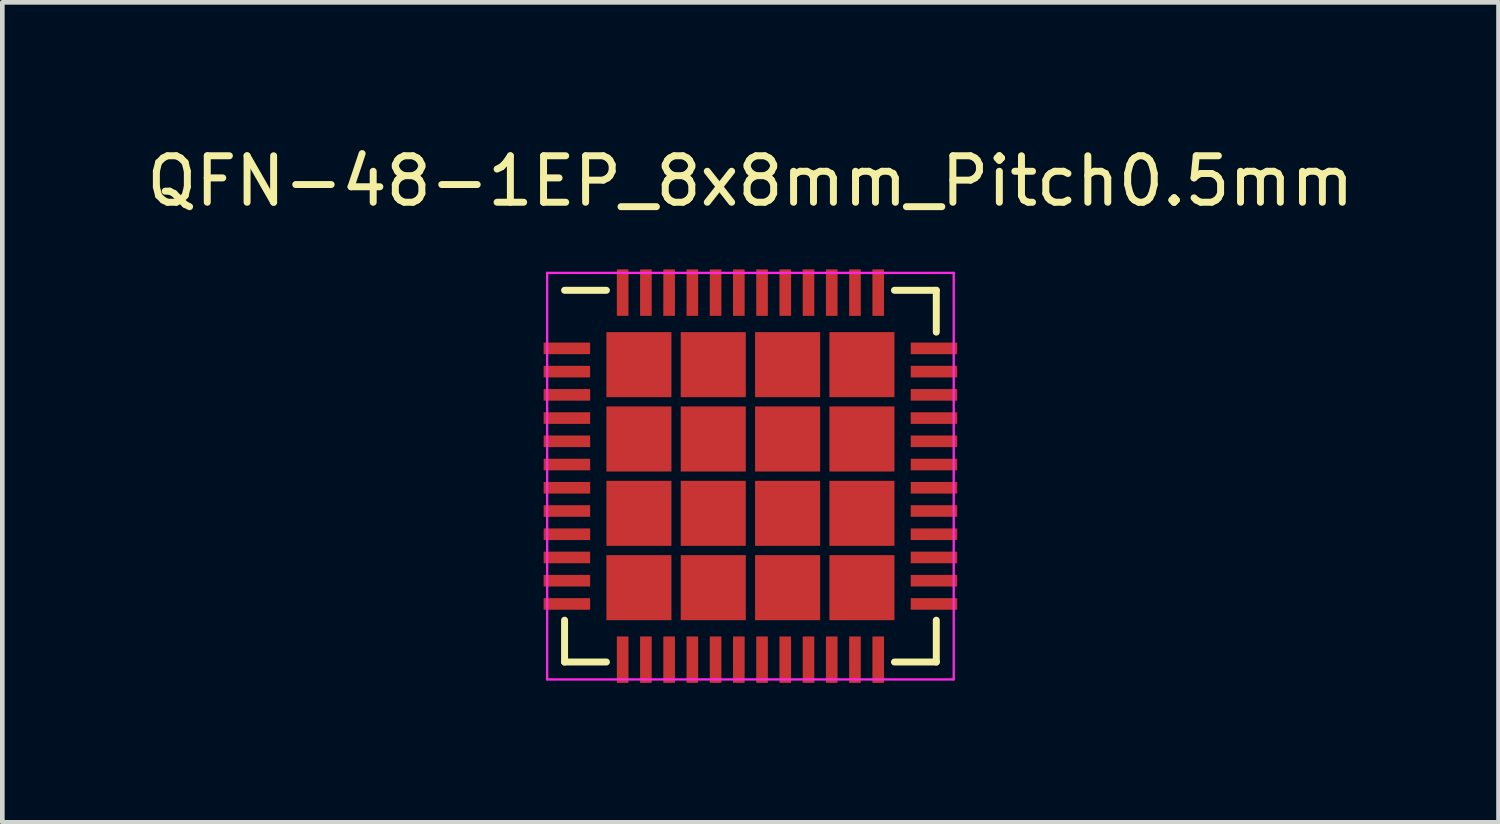
<source format=kicad_pcb>
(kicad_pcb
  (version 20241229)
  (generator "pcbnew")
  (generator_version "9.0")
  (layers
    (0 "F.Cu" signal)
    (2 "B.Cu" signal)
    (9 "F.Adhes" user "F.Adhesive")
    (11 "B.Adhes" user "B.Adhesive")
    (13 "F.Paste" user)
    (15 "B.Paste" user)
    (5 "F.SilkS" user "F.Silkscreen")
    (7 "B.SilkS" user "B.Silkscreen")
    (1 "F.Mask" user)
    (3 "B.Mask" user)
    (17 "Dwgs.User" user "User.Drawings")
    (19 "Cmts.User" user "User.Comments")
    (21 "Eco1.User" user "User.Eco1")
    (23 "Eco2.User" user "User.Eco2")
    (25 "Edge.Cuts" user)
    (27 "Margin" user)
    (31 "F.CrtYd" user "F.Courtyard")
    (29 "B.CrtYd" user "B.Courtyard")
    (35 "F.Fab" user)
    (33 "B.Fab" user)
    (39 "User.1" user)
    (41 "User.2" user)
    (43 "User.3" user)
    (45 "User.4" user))
  (footprint "QFN-48-1EP_8x8mm_Pitch0.5mm"
    (layer "F.Cu")
    (at 13.101 7.198)
    (property "Reference" "QFN-48-1EP_8x8mm_Pitch0.5mm" (at 0 -6.35 0) (layer "F.SilkS") (effects (font (size 1 1) (thickness 0.15))))
    (attr smd)
    (fp_line (start -4 -4) (end -3.1 -4) (stroke (width 0.15) (type solid)) (layer "F.SilkS"))
    (fp_line (start -4 4) (end -4 3.1) (stroke (width 0.15) (type solid)) (layer "F.SilkS"))
    (fp_line (start -4 4) (end -3.1 4) (stroke (width 0.15) (type solid)) (layer "F.SilkS"))
    (fp_line (start 4 -4) (end 3.1 -4) (stroke (width 0.15) (type solid)) (layer "F.SilkS"))
    (fp_line (start 4 -4) (end 4 -3.1) (stroke (width 0.15) (type solid)) (layer "F.SilkS"))
    (fp_line (start 4 4) (end 3.1 4) (stroke (width 0.15) (type solid)) (layer "F.SilkS"))
    (fp_line (start 4 4) (end 4 3.1) (stroke (width 0.15) (type solid)) (layer "F.SilkS"))
    (fp_line (start -4.375 -4.375) (end -4.375 4.375) (stroke (width 0.05) (type solid)) (layer "F.CrtYd"))
    (fp_line (start -4.375 -4.375) (end 4.375 -4.375) (stroke (width 0.05) (type solid)) (layer "F.CrtYd"))
    (fp_line (start -4.375 4.375) (end 4.375 4.375) (stroke (width 0.05) (type solid)) (layer "F.CrtYd"))
    (fp_line (start 4.375 -4.375) (end 4.375 4.375) (stroke (width 0.05) (type solid)) (layer "F.CrtYd"))
    (pad "1" smd rect (at -3.95 -2.75) (size 1 0.25) (layers "F.Cu" "F.Mask" "F.Paste"))
    (pad "2" smd rect (at -3.95 -2.25) (size 1 0.25) (layers "F.Cu" "F.Mask" "F.Paste"))
    (pad "3" smd rect (at -3.95 -1.75) (size 1 0.25) (layers "F.Cu" "F.Mask" "F.Paste"))
    (pad "4" smd rect (at -3.95 -1.25) (size 1 0.25) (layers "F.Cu" "F.Mask" "F.Paste"))
    (pad "5" smd rect (at -3.95 -0.75) (size 1 0.25) (layers "F.Cu" "F.Mask" "F.Paste"))
    (pad "6" smd rect (at -3.95 -0.25) (size 1 0.25) (layers "F.Cu" "F.Mask" "F.Paste"))
    (pad "7" smd rect (at -3.95 0.25) (size 1 0.25) (layers "F.Cu" "F.Mask" "F.Paste"))
    (pad "8" smd rect (at -3.95 0.75) (size 1 0.25) (layers "F.Cu" "F.Mask" "F.Paste"))
    (pad "9" smd rect (at -3.95 1.25) (size 1 0.25) (layers "F.Cu" "F.Mask" "F.Paste"))
    (pad "10" smd rect (at -3.95 1.75) (size 1 0.25) (layers "F.Cu" "F.Mask" "F.Paste"))
    (pad "11" smd rect (at -3.95 2.25) (size 1 0.25) (layers "F.Cu" "F.Mask" "F.Paste"))
    (pad "12" smd rect (at -3.95 2.75) (size 1 0.25) (layers "F.Cu" "F.Mask" "F.Paste"))
    (pad "13" smd rect (at -2.75 3.95 90) (size 1 0.25) (layers "F.Cu" "F.Mask" "F.Paste"))
    (pad "14" smd rect (at -2.25 3.95 90) (size 1 0.25) (layers "F.Cu" "F.Mask" "F.Paste"))
    (pad "15" smd rect (at -1.75 3.95 90) (size 1 0.25) (layers "F.Cu" "F.Mask" "F.Paste"))
    (pad "16" smd rect (at -1.25 3.95 90) (size 1 0.25) (layers "F.Cu" "F.Mask" "F.Paste"))
    (pad "17" smd rect (at -0.75 3.95 90) (size 1 0.25) (layers "F.Cu" "F.Mask" "F.Paste"))
    (pad "18" smd rect (at -0.25 3.95 90) (size 1 0.25) (layers "F.Cu" "F.Mask" "F.Paste"))
    (pad "19" smd rect (at 0.25 3.95 90) (size 1 0.25) (layers "F.Cu" "F.Mask" "F.Paste"))
    (pad "20" smd rect (at 0.75 3.95 90) (size 1 0.25) (layers "F.Cu" "F.Mask" "F.Paste"))
    (pad "21" smd rect (at 1.25 3.95 90) (size 1 0.25) (layers "F.Cu" "F.Mask" "F.Paste"))
    (pad "22" smd rect (at 1.75 3.95 90) (size 1 0.25) (layers "F.Cu" "F.Mask" "F.Paste"))
    (pad "23" smd rect (at 2.25 3.95 90) (size 1 0.25) (layers "F.Cu" "F.Mask" "F.Paste"))
    (pad "24" smd rect (at 2.75 3.95 90) (size 1 0.25) (layers "F.Cu" "F.Mask" "F.Paste"))
    (pad "25" smd rect (at 3.95 2.75) (size 1 0.25) (layers "F.Cu" "F.Mask" "F.Paste"))
    (pad "26" smd rect (at 3.95 2.25) (size 1 0.25) (layers "F.Cu" "F.Mask" "F.Paste"))
    (pad "27" smd rect (at 3.95 1.75) (size 1 0.25) (layers "F.Cu" "F.Mask" "F.Paste"))
    (pad "28" smd rect (at 3.95 1.25) (size 1 0.25) (layers "F.Cu" "F.Mask" "F.Paste"))
    (pad "29" smd rect (at 3.95 0.75) (size 1 0.25) (layers "F.Cu" "F.Mask" "F.Paste"))
    (pad "30" smd rect (at 3.95 0.25) (size 1 0.25) (layers "F.Cu" "F.Mask" "F.Paste"))
    (pad "31" smd rect (at 3.95 -0.25) (size 1 0.25) (layers "F.Cu" "F.Mask" "F.Paste"))
    (pad "32" smd rect (at 3.95 -0.75) (size 1 0.25) (layers "F.Cu" "F.Mask" "F.Paste"))
    (pad "33" smd rect (at 3.95 -1.25) (size 1 0.25) (layers "F.Cu" "F.Mask" "F.Paste"))
    (pad "34" smd rect (at 3.95 -1.75) (size 1 0.25) (layers "F.Cu" "F.Mask" "F.Paste"))
    (pad "35" smd rect (at 3.95 -2.25) (size 1 0.25) (layers "F.Cu" "F.Mask" "F.Paste"))
    (pad "36" smd rect (at 3.95 -2.75) (size 1 0.25) (layers "F.Cu" "F.Mask" "F.Paste"))
    (pad "37" smd rect (at 2.75 -3.95 90) (size 1 0.25) (layers "F.Cu" "F.Mask" "F.Paste"))
    (pad "38" smd rect (at 2.25 -3.95 90) (size 1 0.25) (layers "F.Cu" "F.Mask" "F.Paste"))
    (pad "39" smd rect (at 1.75 -3.95 90) (size 1 0.25) (layers "F.Cu" "F.Mask" "F.Paste"))
    (pad "40" smd rect (at 1.25 -3.95 90) (size 1 0.25) (layers "F.Cu" "F.Mask" "F.Paste"))
    (pad "41" smd rect (at 0.75 -3.95 90) (size 1 0.25) (layers "F.Cu" "F.Mask" "F.Paste"))
    (pad "42" smd rect (at 0.25 -3.95 90) (size 1 0.25) (layers "F.Cu" "F.Mask" "F.Paste"))
    (pad "43" smd rect (at -0.25 -3.95 90) (size 1 0.25) (layers "F.Cu" "F.Mask" "F.Paste"))
    (pad "44" smd rect (at -0.75 -3.95 90) (size 1 0.25) (layers "F.Cu" "F.Mask" "F.Paste"))
    (pad "45" smd rect (at -1.25 -3.95 90) (size 1 0.25) (layers "F.Cu" "F.Mask" "F.Paste"))
    (pad "46" smd rect (at -1.75 -3.95 90) (size 1 0.25) (layers "F.Cu" "F.Mask" "F.Paste"))
    (pad "47" smd rect (at -2.25 -3.95 90) (size 1 0.25) (layers "F.Cu" "F.Mask" "F.Paste"))
    (pad "48" smd rect (at -2.75 -3.95 90) (size 1 0.25) (layers "F.Cu" "F.Mask" "F.Paste"))
    (pad "49" smd rect (at -2.4 -2.4) (size 1.4 1.4) (layers "F.Cu" "F.Mask" "F.Paste"))
    (pad "49" smd rect (at -2.4 -0.8) (size 1.4 1.4) (layers "F.Cu" "F.Mask" "F.Paste"))
    (pad "49" smd rect (at -2.4 0.8) (size 1.4 1.4) (layers "F.Cu" "F.Mask" "F.Paste"))
    (pad "49" smd rect (at -2.4 2.4) (size 1.4 1.4) (layers "F.Cu" "F.Mask" "F.Paste"))
    (pad "49" smd rect (at -0.8 -2.4) (size 1.4 1.4) (layers "F.Cu" "F.Mask" "F.Paste"))
    (pad "49" smd rect (at -0.8 -0.8) (size 1.4 1.4) (layers "F.Cu" "F.Mask" "F.Paste"))
    (pad "49" smd rect (at -0.8 0.8) (size 1.4 1.4) (layers "F.Cu" "F.Mask" "F.Paste"))
    (pad "49" smd rect (at -0.8 2.4) (size 1.4 1.4) (layers "F.Cu" "F.Mask" "F.Paste"))
    (pad "49" smd rect (at 0.8 -2.4) (size 1.4 1.4) (layers "F.Cu" "F.Mask" "F.Paste"))
    (pad "49" smd rect (at 0.8 -0.8) (size 1.4 1.4) (layers "F.Cu" "F.Mask" "F.Paste"))
    (pad "49" smd rect (at 0.8 0.8) (size 1.4 1.4) (layers "F.Cu" "F.Mask" "F.Paste"))
    (pad "49" smd rect (at 0.8 2.4) (size 1.4 1.4) (layers "F.Cu" "F.Mask" "F.Paste"))
    (pad "49" smd rect (at 2.4 -2.4) (size 1.4 1.4) (layers "F.Cu" "F.Mask" "F.Paste"))
    (pad "49" smd rect (at 2.4 -0.8) (size 1.4 1.4) (layers "F.Cu" "F.Mask" "F.Paste"))
    (pad "49" smd rect (at 2.4 0.8) (size 1.4 1.4) (layers "F.Cu" "F.Mask" "F.Paste"))
    (pad "49" smd rect (at 2.4 2.4) (size 1.4 1.4) (layers "F.Cu" "F.Mask" "F.Paste")))
  (gr_rect
    (start -3 -3)
    (end 29.202 14.648)
    (stroke (width 0.1) (type default))
    (fill no)
    (layer "Edge.Cuts")))
</source>
